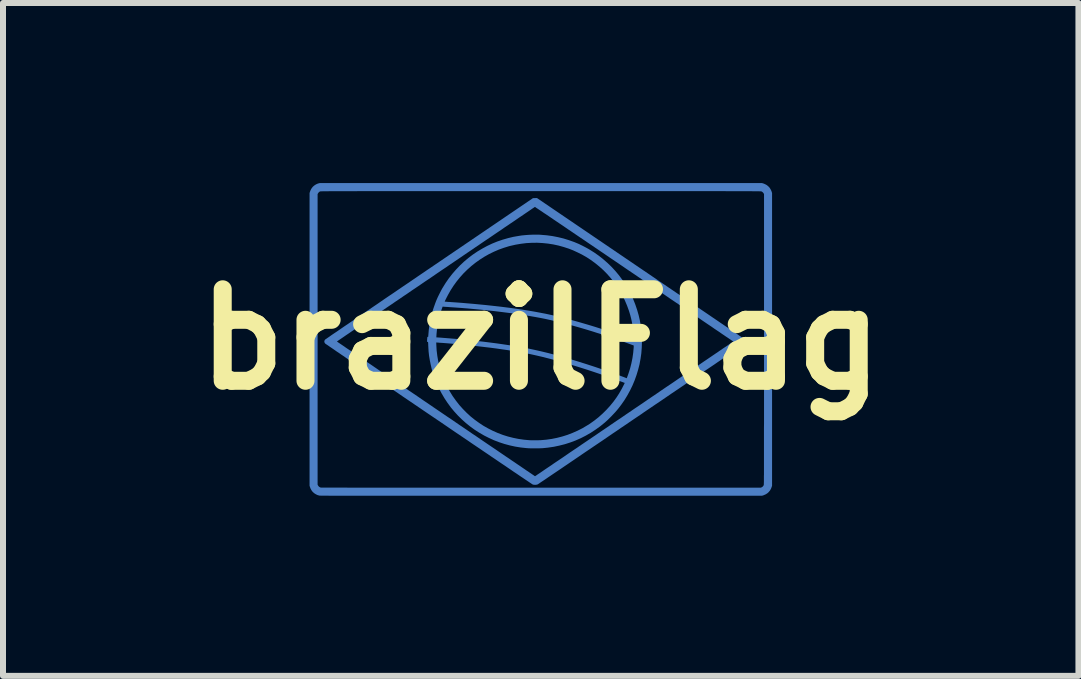
<source format=kicad_pcb>
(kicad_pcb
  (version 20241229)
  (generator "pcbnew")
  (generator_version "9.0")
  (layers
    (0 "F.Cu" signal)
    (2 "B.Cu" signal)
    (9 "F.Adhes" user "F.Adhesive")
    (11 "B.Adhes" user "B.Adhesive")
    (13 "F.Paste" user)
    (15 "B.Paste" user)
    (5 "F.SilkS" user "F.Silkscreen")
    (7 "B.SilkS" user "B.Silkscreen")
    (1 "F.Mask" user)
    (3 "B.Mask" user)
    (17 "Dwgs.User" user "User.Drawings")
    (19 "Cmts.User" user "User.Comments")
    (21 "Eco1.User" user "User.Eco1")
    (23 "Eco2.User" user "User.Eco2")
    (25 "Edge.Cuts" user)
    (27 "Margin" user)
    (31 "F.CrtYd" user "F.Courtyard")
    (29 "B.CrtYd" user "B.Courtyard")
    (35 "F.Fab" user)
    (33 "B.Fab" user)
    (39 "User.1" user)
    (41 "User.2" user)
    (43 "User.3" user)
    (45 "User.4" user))
  (footprint "brazilFlag"
    (layer "F.Cu")
    (at 5.958 2.604)
    (property "Reference" "brazilFlag" (at 0 0 0) (layer "F.SilkS") (effects (font (size 1.524 1.524) (thickness 0.3))))
    (attr through_hole)
    (pad "1" smd custom (at 3.8 -1.55) (size 0.1 0.1) (layers "B.Cu" "B.Paste") (options (anchor circle)) (primitives (gr_poly (pts (xy -0.096 -1.044) (xy -0.066 -1.032) (xy -0.038 -1.017) (xy -0.014 -0.998) (xy 0.008 -0.975) (xy 0.025 -0.948) (xy 0.039 -0.919) (xy 0.043 -0.906) (xy 0.049 -0.887) (xy 0.049 3.987) (xy 0.043 4.006) (xy 0.031 4.037) (xy 0.015 4.065) (xy -0.005 4.089) (xy -0.028 4.11) (xy -0.055 4.127) (xy -0.085 4.14) (xy -0.095 4.144) (xy -0.113 4.149) (xy -3.792 4.15) (xy -3.96 4.15) (xy -4.122 4.15) (xy -4.28 4.15) (xy -4.433 4.15) (xy -4.58 4.15) (xy -4.724 4.15) (xy -4.862 4.15) (xy -4.996 4.15) (xy -5.126 4.15) (xy -5.251 4.15) (xy -5.371 4.15) (xy -5.488 4.15) (xy -5.6 4.15) (xy -5.708 4.15) (xy -5.812 4.15) (xy -5.912 4.15) (xy -6.008 4.15) (xy -6.101 4.15) (xy -6.189 4.15) (xy -6.274 4.15) (xy -6.355 4.15) (xy -6.433 4.15) (xy -6.507 4.15) (xy -6.578 4.15) (xy -6.646 4.15) (xy -6.71 4.15) (xy -6.771 4.15) (xy -6.829 4.15) (xy -6.884 4.149) (xy -6.936 4.149) (xy -6.985 4.149) (xy -7.031 4.149) (xy -7.075 4.149) (xy -7.116 4.149) (xy -7.154 4.149) (xy -7.19 4.149) (xy -7.223 4.149) (xy -7.254 4.149) (xy -7.283 4.149) (xy -7.309 4.149) (xy -7.333 4.149) (xy -7.355 4.148) (xy -7.376 4.148) (xy -7.394 4.148) (xy -7.41 4.148) (xy -7.425 4.148) (xy -7.438 4.148) (xy -7.449 4.148) (xy -7.458 4.148) (xy -7.467 4.148) (xy -7.473 4.147) (xy -7.479 4.147) (xy -7.483 4.147) (xy -7.486 4.147) (xy -7.487 4.147) (xy -7.488 4.147) (xy -7.519 4.138) (xy -7.547 4.124) (xy -7.573 4.107) (xy -7.596 4.086) (xy -7.615 4.061) (xy -7.63 4.033) (xy -7.64 4.006) (xy -7.646 3.987) (xy -7.646 -0.872) (xy -7.522 -0.872) (xy -7.522 3.972) (xy -7.516 3.983) (xy -7.505 4) (xy -7.49 4.013) (xy -7.473 4.021) (xy -7.465 4.023) (xy -7.463 4.024) (xy -7.455 4.024) (xy -7.442 4.024) (xy -7.424 4.024) (xy -7.402 4.024) (xy -7.374 4.024) (xy -7.342 4.024) (xy -7.306 4.024) (xy -7.265 4.024) (xy -7.22 4.024) (xy -7.17 4.024) (xy -7.116 4.024) (xy -7.058 4.024) (xy -6.996 4.025) (xy -6.93 4.025) (xy -6.859 4.025) (xy -6.785 4.025) (xy -6.707 4.025) (xy -6.625 4.025) (xy -6.54 4.025) (xy -6.451 4.025) (xy -6.358 4.025) (xy -6.262 4.025) (xy -6.163 4.025) (xy -6.06 4.025) (xy -5.954 4.025) (xy -5.845 4.025) (xy -5.733 4.025) (xy -5.618 4.025) (xy -5.5 4.025) (xy -5.379 4.025) (xy -5.255 4.025) (xy -5.128 4.025) (xy -4.999 4.025) (xy -4.867 4.025) (xy -4.733 4.025) (xy -4.596 4.025) (xy -4.457 4.025) (xy -4.316 4.025) (xy -4.173 4.025) (xy -4.027 4.025) (xy -3.879 4.025) (xy -3.794 4.025) (xy -0.131 4.025) (xy -0.118 4.019) (xy -0.103 4.01) (xy -0.091 3.997) (xy -0.081 3.982) (xy -0.08 3.979) (xy -0.08 3.978) (xy -0.08 3.977) (xy -0.079 3.976) (xy -0.079 3.975) (xy -0.079 3.973) (xy -0.079 3.97) (xy -0.079 3.967) (xy -0.078 3.963) (xy -0.078 3.958) (xy -0.078 3.952) (xy -0.078 3.946) (xy -0.078 3.938) (xy -0.077 3.929) (xy -0.077 3.918) (xy -0.077 3.906) (xy -0.077 3.893) (xy -0.077 3.878) (xy -0.077 3.862) (xy -0.077 3.843) (xy -0.077 3.823) (xy -0.076 3.801) (xy -0.076 3.776) (xy -0.076 3.75) (xy -0.076 3.721) (xy -0.076 3.69) (xy -0.076 3.656) (xy -0.076 3.62) (xy -0.076 3.581) (xy -0.076 3.539) (xy -0.076 3.495) (xy -0.076 3.448) (xy -0.076 3.397) (xy -0.076 3.344) (xy -0.076 3.287) (xy -0.076 3.227) (xy -0.076 3.163) (xy -0.076 3.096) (xy -0.076 3.026) (xy -0.075 2.951) (xy -0.075 2.873) (xy -0.075 2.791) (xy -0.075 2.705) (xy -0.075 2.615) (xy -0.075 2.521) (xy -0.075 2.422) (xy -0.075 2.32) (xy -0.075 2.212) (xy -0.075 2.1) (xy -0.075 1.984) (xy -0.075 1.862) (xy -0.075 1.736) (xy -0.075 -0.872) (xy -0.082 -0.885) (xy -0.093 -0.9) (xy -0.107 -0.912) (xy -0.121 -0.92) (xy -0.122 -0.92) (xy -0.123 -0.921) (xy -0.124 -0.921) (xy -0.125 -0.921) (xy -0.127 -0.921) (xy -0.129 -0.921) (xy -0.132 -0.922) (xy -0.135 -0.922) (xy -0.14 -0.922) (xy -0.145 -0.922) (xy -0.15 -0.922) (xy -0.157 -0.922) (xy -0.165 -0.923) (xy -0.174 -0.923) (xy -0.184 -0.923) (xy -0.195 -0.923) (xy -0.208 -0.923) (xy -0.222 -0.923) (xy -0.237 -0.923) (xy -0.255 -0.923) (xy -0.273 -0.923) (xy -0.294 -0.924) (xy -0.316 -0.924) (xy -0.34 -0.924) (xy -0.366 -0.924) (xy -0.394 -0.924) (xy -0.425 -0.924) (xy -0.457 -0.924) (xy -0.492 -0.924) (xy -0.529 -0.924) (xy -0.568 -0.924) (xy -0.61 -0.924) (xy -0.654 -0.924) (xy -0.702 -0.924) (xy -0.751 -0.925) (xy -0.804 -0.925) (xy -0.86 -0.925) (xy -0.918 -0.925) (xy -0.98 -0.925) (xy -1.044 -0.925) (xy -1.112 -0.925) (xy -1.183 -0.925) (xy -1.258 -0.925) (xy -1.336 -0.925) (xy -1.417 -0.925) (xy -1.502 -0.925) (xy -1.59 -0.925) (xy -1.683 -0.925) (xy -1.779 -0.925) (xy -1.879 -0.925) (xy -1.983 -0.925) (xy -2.091 -0.925) (xy -2.203 -0.925) (xy -2.319 -0.925) (xy -2.44 -0.925) (xy -2.565 -0.925) (xy -2.694 -0.925) (xy -2.828 -0.925) (xy -2.967 -0.925) (xy -3.11 -0.925) (xy -3.258 -0.925) (xy -3.411 -0.925) (xy -4.123 -0.925) (xy -4.278 -0.925) (xy -4.427 -0.925) (xy -4.573 -0.925) (xy -4.713 -0.925) (xy -4.849 -0.925) (xy -4.98 -0.925) (xy -5.107 -0.925) (xy -5.229 -0.925) (xy -5.347 -0.925) (xy -5.461 -0.925) (xy -5.571 -0.925) (xy -5.676 -0.925) (xy -5.778 -0.925) (xy -5.876 -0.925) (xy -5.97 -0.925) (xy -6.06 -0.925) (xy -6.146 -0.925) (xy -6.229 -0.925) (xy -6.308 -0.925) (xy -6.384 -0.925) (xy -6.456 -0.925) (xy -6.526 -0.925) (xy -6.592 -0.925) (xy -6.654 -0.925) (xy -6.714 -0.925) (xy -6.771 -0.925) (xy -6.825 -0.925) (xy -6.876 -0.924) (xy -6.924 -0.924) (xy -6.969 -0.924) (xy -7.012 -0.924) (xy -7.053 -0.924) (xy -7.091 -0.924) (xy -7.126 -0.924) (xy -7.16 -0.924) (xy -7.191 -0.924) (xy -7.22 -0.924) (xy -7.247 -0.924) (xy -7.272 -0.924) (xy -7.295 -0.924) (xy -7.316 -0.924) (xy -7.335 -0.923) (xy -7.353 -0.923) (xy -7.369 -0.923) (xy -7.384 -0.923) (xy -7.397 -0.923) (xy -7.409 -0.923) (xy -7.42 -0.923) (xy -7.429 -0.923) (xy -7.437 -0.922) (xy -7.444 -0.922) (xy -7.45 -0.922) (xy -7.456 -0.922) (xy -7.46 -0.922) (xy -7.464 -0.922) (xy -7.467 -0.921) (xy -7.469 -0.921) (xy -7.471 -0.921) (xy -7.473 -0.921) (xy -7.474 -0.921) (xy -7.475 -0.921) (xy -7.476 -0.92) (xy -7.476 -0.92) (xy -7.492 -0.912) (xy -7.505 -0.899) (xy -7.515 -0.885) (xy -7.522 -0.872) (xy -7.646 -0.872) (xy -7.646 -0.887) (xy -7.64 -0.906) (xy -7.628 -0.937) (xy -7.612 -0.965) (xy -7.593 -0.989) (xy -7.569 -1.01) (xy -7.543 -1.027) (xy -7.514 -1.04) (xy -7.501 -1.044) (xy -7.481 -1.049) (xy -0.116 -1.049) (xy -0.096 -1.044)) (width 0.01) (fill yes))))
    (pad "2" smd custom (at 2.35 -0.65) (size 0.1 0.1) (layers "B.Cu" "B.Paste") (options (anchor circle)) (primitives (gr_poly (pts (xy -0.716 -0.546) (xy -0.632 -0.489) (xy -0.548 -0.432) (xy -0.466 -0.376) (xy -0.384 -0.32) (xy -0.304 -0.266) (xy -0.225 -0.212) (xy -0.148 -0.16) (xy -0.072 -0.108) (xy 0.002 -0.058) (xy 0.074 -0.009) (xy 0.144 0.039) (xy 0.213 0.086) (xy 0.279 0.131) (xy 0.343 0.174) (xy 0.405 0.216) (xy 0.465 0.257) (xy 0.522 0.296) (xy 0.577 0.333) (xy 0.628 0.368) (xy 0.677 0.401) (xy 0.724 0.433) (xy 0.767 0.462) (xy 0.807 0.489) (xy 0.844 0.515) (xy 0.877 0.537) (xy 0.908 0.558) (xy 0.934 0.576) (xy 0.957 0.592) (xy 0.977 0.605) (xy 0.992 0.616) (xy 1.004 0.624) (xy 1.012 0.629) (xy 1.015 0.631) (xy 1.03 0.642) (xy 1.041 0.65) (xy 1.049 0.657) (xy 1.054 0.663) (xy 1.055 0.665) (xy 1.06 0.678) (xy 1.06 0.692) (xy 1.055 0.706) (xy 1.055 0.707) (xy 1.054 0.708) (xy 1.053 0.709) (xy 1.05 0.711) (xy 1.047 0.714) (xy 1.043 0.717) (xy 1.038 0.72) (xy 1.032 0.725) (xy 1.025 0.73) (xy 1.016 0.736) (xy 1.006 0.744) (xy 0.994 0.752) (xy 0.981 0.761) (xy 0.966 0.771) (xy 0.95 0.782) (xy 0.932 0.795) (xy 0.912 0.809) (xy 0.89 0.824) (xy 0.866 0.84) (xy 0.84 0.858) (xy 0.811 0.878) (xy 0.781 0.898) (xy 0.748 0.921) (xy 0.712 0.945) (xy 0.674 0.971) (xy 0.634 0.999) (xy 0.591 1.028) (xy 0.545 1.06) (xy 0.496 1.093) (xy 0.444 1.128) (xy 0.389 1.165) (xy 0.331 1.205) (xy 0.27 1.246) (xy 0.206 1.29) (xy 0.138 1.336) (xy 0.067 1.385) (xy -0.008 1.436) (xy -0.086 1.489) (xy -0.168 1.544) (xy -0.254 1.603) (xy -0.343 1.664) (xy -0.437 1.727) (xy -0.534 1.793) (xy -0.636 1.862) (xy -0.671 1.887) (xy -0.756 1.944) (xy -0.84 2.001) (xy -0.923 2.058) (xy -1.005 2.113) (xy -1.085 2.168) (xy -1.164 2.221) (xy -1.241 2.274) (xy -1.317 2.326) (xy -1.391 2.376) (xy -1.464 2.425) (xy -1.534 2.473) (xy -1.603 2.519) (xy -1.669 2.564) (xy -1.733 2.608) (xy -1.795 2.65) (xy -1.854 2.69) (xy -1.911 2.729) (xy -1.966 2.766) (xy -2.017 2.801) (xy -2.066 2.834) (xy -2.112 2.865) (xy -2.155 2.894) (xy -2.195 2.921) (xy -2.232 2.946) (xy -2.265 2.969) (xy -2.295 2.989) (xy -2.322 3.007) (xy -2.345 3.022) (xy -2.364 3.035) (xy -2.38 3.046) (xy -2.392 3.054) (xy -2.399 3.059) (xy -2.403 3.061) (xy -2.403 3.061) (xy -2.414 3.064) (xy -2.428 3.067) (xy -2.444 3.068) (xy -2.46 3.067) (xy -2.474 3.065) (xy -2.481 3.063) (xy -2.483 3.062) (xy -2.49 3.057) (xy -2.501 3.05) (xy -2.516 3.04) (xy -2.534 3.028) (xy -2.556 3.013) (xy -2.581 2.996) (xy -2.61 2.977) (xy -2.642 2.955) (xy -2.677 2.932) (xy -2.715 2.906) (xy -2.756 2.878) (xy -2.8 2.849) (xy -2.846 2.817) (xy -2.895 2.784) (xy -2.946 2.749) (xy -3 2.713) (xy -3.056 2.675) (xy -3.113 2.636) (xy -3.173 2.596) (xy -3.234 2.554) (xy -3.298 2.511) (xy -3.362 2.467) (xy -3.428 2.423) (xy -3.496 2.377) (xy -3.564 2.33) (xy -3.634 2.283) (xy -3.705 2.235) (xy -3.776 2.187) (xy -3.848 2.138) (xy -3.921 2.088) (xy -3.994 2.038) (xy -4.068 1.988) (xy -4.142 1.938) (xy -4.216 1.888) (xy -4.29 1.838) (xy -4.363 1.788) (xy -4.437 1.738) (xy -4.51 1.688) (xy -4.583 1.639) (xy -4.655 1.59) (xy -4.726 1.541) (xy -4.797 1.493) (xy -4.866 1.446) (xy -4.934 1.399) (xy -5.002 1.354) (xy -5.068 1.309) (xy -5.132 1.265) (xy -5.195 1.222) (xy -5.256 1.181) (xy -5.315 1.14) (xy -5.373 1.101) (xy -5.428 1.064) (xy -5.481 1.027) (xy -5.532 0.993) (xy -5.581 0.96) (xy -5.626 0.928) (xy -5.67 0.899) (xy -5.71 0.871) (xy -5.748 0.846) (xy -5.782 0.822) (xy -5.814 0.8) (xy -5.842 0.781) (xy -5.867 0.764) (xy -5.888 0.749) (xy -5.906 0.737) (xy -5.92 0.728) (xy -5.93 0.721) (xy -5.936 0.716) (xy -5.938 0.715) (xy -5.946 0.703) (xy -5.95 0.689) (xy -5.95 0.686) (xy -5.753 0.686) (xy -5.75 0.688) (xy -5.744 0.692) (xy -5.734 0.699) (xy -5.72 0.709) (xy -5.702 0.721) (xy -5.681 0.735) (xy -5.656 0.752) (xy -5.628 0.771) (xy -5.597 0.793) (xy -5.563 0.816) (xy -5.525 0.841) (xy -5.485 0.869) (xy -5.442 0.898) (xy -5.396 0.929) (xy -5.348 0.962) (xy -5.298 0.996) (xy -5.245 1.032) (xy -5.19 1.069) (xy -5.133 1.108) (xy -5.075 1.148) (xy -5.014 1.189) (xy -4.952 1.232) (xy -4.889 1.275) (xy -4.824 1.319) (xy -4.757 1.364) (xy -4.69 1.41) (xy -4.622 1.456) (xy -4.552 1.504) (xy -4.482 1.551) (xy -4.411 1.599) (xy -4.34 1.648) (xy -4.268 1.697) (xy -4.196 1.746) (xy -4.124 1.795) (xy -4.052 1.844) (xy -3.98 1.893) (xy -3.908 1.942) (xy -3.836 1.99) (xy -3.765 2.039) (xy -3.695 2.087) (xy -3.625 2.134) (xy -3.556 2.181) (xy -3.488 2.228) (xy -3.42 2.273) (xy -3.355 2.318) (xy -3.29 2.362) (xy -3.227 2.405) (xy -3.165 2.447) (xy -3.105 2.487) (xy -3.047 2.527) (xy -2.991 2.565) (xy -2.937 2.602) (xy -2.884 2.637) (xy -2.835 2.671) (xy -2.787 2.703) (xy -2.742 2.734) (xy -2.7 2.762) (xy -2.661 2.789) (xy -2.624 2.814) (xy -2.591 2.837) (xy -2.56 2.857) (xy -2.533 2.876) (xy -2.509 2.892) (xy -2.489 2.906) (xy -2.472 2.917) (xy -2.46 2.926) (xy -2.451 2.932) (xy -2.445 2.935) (xy -2.444 2.936) (xy -2.442 2.934) (xy -2.436 2.93) (xy -2.426 2.923) (xy -2.412 2.914) (xy -2.394 2.901) (xy -2.372 2.887) (xy -2.347 2.87) (xy -2.318 2.85) (xy -2.286 2.828) (xy -2.251 2.804) (xy -2.212 2.778) (xy -2.17 2.75) (xy -2.126 2.719) (xy -2.078 2.687) (xy -2.027 2.653) (xy -1.974 2.617) (xy -1.919 2.579) (xy -1.861 2.539) (xy -1.8 2.498) (xy -1.737 2.456) (xy -1.672 2.411) (xy -1.605 2.366) (xy -1.536 2.319) (xy -1.465 2.271) (xy -1.392 2.221) (xy -1.317 2.17) (xy -1.241 2.119) (xy -1.164 2.066) (xy -1.085 2.012) (xy -1.004 1.958) (xy -0.923 1.902) (xy -0.84 1.846) (xy -0.795 1.815) (xy -0.694 1.747) (xy -0.597 1.681) (xy -0.505 1.618) (xy -0.416 1.558) (xy -0.332 1.5) (xy -0.251 1.445) (xy -0.173 1.393) (xy -0.1 1.343) (xy -0.03 1.295) (xy 0.037 1.25) (xy 0.1 1.207) (xy 0.161 1.166) (xy 0.217 1.127) (xy 0.271 1.091) (xy 0.322 1.056) (xy 0.37 1.023) (xy 0.415 0.993) (xy 0.457 0.964) (xy 0.497 0.937) (xy 0.534 0.912) (xy 0.569 0.888) (xy 0.601 0.867) (xy 0.63 0.846) (xy 0.658 0.828) (xy 0.683 0.81) (xy 0.707 0.794) (xy 0.728 0.78) (xy 0.748 0.767) (xy 0.765 0.755) (xy 0.781 0.744) (xy 0.795 0.734) (xy 0.808 0.725) (xy 0.819 0.718) (xy 0.829 0.711) (xy 0.838 0.705) (xy 0.845 0.7) (xy 0.851 0.696) (xy 0.856 0.692) (xy 0.861 0.689) (xy 0.864 0.687) (xy 0.866 0.685) (xy 0.868 0.684) (xy 0.869 0.683) (xy 0.87 0.683) (xy 0.87 0.682) (xy 0.87 0.682) (xy 0.869 0.683) (xy 0.869 0.683) (xy 0.868 0.683) (xy 0.867 0.684) (xy 0.866 0.684) (xy 0.866 0.684) (xy 0.865 0.685) (xy 0.865 0.685) (xy 0.863 0.683) (xy 0.857 0.679) (xy 0.847 0.672) (xy 0.832 0.662) (xy 0.815 0.65) (xy 0.793 0.635) (xy 0.768 0.618) (xy 0.739 0.599) (xy 0.707 0.577) (xy 0.671 0.553) (xy 0.633 0.526) (xy 0.591 0.498) (xy 0.546 0.468) (xy 0.499 0.435) (xy 0.448 0.401) (xy 0.395 0.365) (xy 0.339 0.327) (xy 0.281 0.287) (xy 0.221 0.246) (xy 0.158 0.203) (xy 0.093 0.159) (xy 0.025 0.113) (xy -0.044 0.066) (xy -0.115 0.018) (xy -0.188 -0.031) (xy -0.262 -0.082) (xy -0.339 -0.134) (xy -0.416 -0.187) (xy -0.495 -0.24) (xy -0.576 -0.295) (xy -0.657 -0.35) (xy -0.74 -0.407) (xy -0.79 -0.441) (xy -0.894 -0.511) (xy -0.995 -0.58) (xy -1.093 -0.647) (xy -1.188 -0.711) (xy -1.28 -0.774) (xy -1.369 -0.834) (xy -1.454 -0.892) (xy -1.537 -0.948) (xy -1.616 -1.002) (xy -1.692 -1.053) (xy -1.764 -1.102) (xy -1.833 -1.149) (xy -1.899 -1.193) (xy -1.961 -1.236) (xy -2.019 -1.275) (xy -2.075 -1.313) (xy -2.126 -1.347) (xy -2.174 -1.38) (xy -2.218 -1.41) (xy -2.258 -1.437) (xy -2.295 -1.461) (xy -2.328 -1.484) (xy -2.357 -1.503) (xy -2.382 -1.52) (xy -2.403 -1.534) (xy -2.42 -1.545) (xy -2.433 -1.554) (xy -2.441 -1.56) (xy -2.446 -1.563) (xy -2.447 -1.563) (xy -2.449 -1.562) (xy -2.456 -1.557) (xy -2.466 -1.55) (xy -2.48 -1.541) (xy -2.498 -1.529) (xy -2.519 -1.514) (xy -2.544 -1.497) (xy -2.572 -1.478) (xy -2.603 -1.457) (xy -2.638 -1.433) (xy -2.675 -1.408) (xy -2.716 -1.381) (xy -2.759 -1.351) (xy -2.804 -1.32) (xy -2.852 -1.288) (xy -2.903 -1.253) (xy -2.956 -1.218) (xy -3.01 -1.18) (xy -3.067 -1.142) (xy -3.126 -1.102) (xy -3.186 -1.061) (xy -3.248 -1.019) (xy -3.312 -0.976) (xy -3.376 -0.932) (xy -3.443 -0.887) (xy -3.51 -0.841) (xy -3.578 -0.795) (xy -3.647 -0.748) (xy -3.717 -0.7) (xy -3.788 -0.652) (xy -3.859 -0.604) (xy -3.93 -0.555) (xy -4.002 -0.507) (xy -4.074 -0.458) (xy -4.145 -0.409) (xy -4.217 -0.36) (xy -4.289 -0.312) (xy -4.36 -0.263) (xy -4.431 -0.215) (xy -4.501 -0.168) (xy -4.57 -0.12) (xy -4.639 -0.074) (xy -4.706 -0.028) (xy -4.773 0.017) (xy -4.838 0.062) (xy -4.902 0.105) (xy -4.964 0.147) (xy -5.025 0.189) (xy -5.084 0.229) (xy -5.142 0.268) (xy -5.197 0.306) (xy -5.25 0.342) (xy -5.301 0.377) (xy -5.35 0.41) (xy -5.397 0.441) (xy -5.441 0.471) (xy -5.482 0.499) (xy -5.52 0.525) (xy -5.555 0.549) (xy -5.588 0.571) (xy -5.617 0.591) (xy -5.643 0.609) (xy -5.665 0.624) (xy -5.684 0.637) (xy -5.699 0.647) (xy -5.711 0.655) (xy -5.718 0.66) (xy -5.72 0.661) (xy -5.731 0.669) (xy -5.741 0.676) (xy -5.748 0.681) (xy -5.752 0.685) (xy -5.753 0.686) (xy -5.95 0.686) (xy -5.949 0.676) (xy -5.943 0.663) (xy -5.938 0.656) (xy -5.935 0.655) (xy -5.929 0.65) (xy -5.918 0.643) (xy -5.904 0.633) (xy -5.885 0.62) (xy -5.863 0.605) (xy -5.838 0.587) (xy -5.809 0.567) (xy -5.776 0.545) (xy -5.74 0.521) (xy -5.701 0.494) (xy -5.659 0.465) (xy -5.614 0.434) (xy -5.566 0.402) (xy -5.515 0.367) (xy -5.461 0.33) (xy -5.405 0.292) (xy -5.346 0.252) (xy -5.285 0.21) (xy -5.221 0.167) (xy -5.155 0.122) (xy -5.087 0.076) (xy -5.017 0.028) (xy -4.946 -0.021) (xy -4.872 -0.071) (xy -4.796 -0.122) (xy -4.719 -0.175) (xy -4.641 -0.228) (xy -4.561 -0.282) (xy -4.479 -0.338) (xy -4.397 -0.394) (xy -4.313 -0.451) (xy -4.228 -0.509) (xy -4.204 -0.525) (xy -2.478 -1.698) (xy -2.414 -1.7) (xy -0.716 -0.546)) (width 0.01) (fill yes))))
    (pad "3" smd custom (at 0.25 -1.65) (size 0.1 0.1) (layers "B.Cu" "B.Paste") (options (anchor circle)) (primitives (gr_poly (pts (xy -0.306 -0.09) (xy -0.265 -0.089) (xy -0.244 -0.087) (xy -0.148 -0.079) (xy -0.054 -0.066) (xy 0.038 -0.048) (xy 0.129 -0.026) (xy 0.219 0.002) (xy 0.309 0.034) (xy 0.374 0.061) (xy 0.392 0.069) (xy 0.413 0.08) (xy 0.437 0.091) (xy 0.462 0.104) (xy 0.487 0.117) (xy 0.511 0.13) (xy 0.533 0.142) (xy 0.552 0.153) (xy 0.559 0.157) (xy 0.639 0.207) (xy 0.717 0.262) (xy 0.79 0.32) (xy 0.861 0.382) (xy 0.928 0.447) (xy 0.991 0.515) (xy 1.05 0.586) (xy 1.105 0.66) (xy 1.157 0.737) (xy 1.204 0.816) (xy 1.247 0.898) (xy 1.286 0.982) (xy 1.32 1.068) (xy 1.35 1.156) (xy 1.376 1.246) (xy 1.397 1.337) (xy 1.413 1.43) (xy 1.422 1.506) (xy 1.429 1.6) (xy 1.431 1.694) (xy 1.428 1.787) (xy 1.421 1.88) (xy 1.408 1.972) (xy 1.391 2.064) (xy 1.368 2.154) (xy 1.341 2.243) (xy 1.31 2.33) (xy 1.274 2.416) (xy 1.233 2.5) (xy 1.188 2.582) (xy 1.139 2.662) (xy 1.085 2.739) (xy 1.039 2.799) (xy 1.014 2.829) (xy 0.987 2.86) (xy 0.957 2.892) (xy 0.926 2.925) (xy 0.895 2.956) (xy 0.865 2.986) (xy 0.835 3.013) (xy 0.814 3.032) (xy 0.739 3.093) (xy 0.661 3.149) (xy 0.582 3.201) (xy 0.5 3.248) (xy 0.416 3.291) (xy 0.33 3.329) (xy 0.242 3.362) (xy 0.152 3.391) (xy 0.061 3.414) (xy -0.033 3.434) (xy -0.128 3.448) (xy -0.224 3.458) (xy -0.235 3.458) (xy -0.245 3.459) (xy -0.26 3.459) (xy -0.278 3.46) (xy -0.299 3.46) (xy -0.32 3.46) (xy -0.343 3.46) (xy -0.365 3.46) (xy -0.386 3.46) (xy -0.406 3.46) (xy -0.423 3.46) (xy -0.436 3.459) (xy -0.443 3.459) (xy -0.45 3.459) (xy -0.461 3.458) (xy -0.473 3.457) (xy -0.487 3.456) (xy -0.487 3.456) (xy -0.581 3.446) (xy -0.674 3.431) (xy -0.765 3.411) (xy -0.854 3.387) (xy -0.942 3.358) (xy -1.028 3.325) (xy -1.111 3.287) (xy -1.192 3.246) (xy -1.271 3.2) (xy -1.348 3.151) (xy -1.421 3.098) (xy -1.492 3.041) (xy -1.56 2.98) (xy -1.625 2.916) (xy -1.687 2.848) (xy -1.745 2.778) (xy -1.799 2.704) (xy -1.85 2.627) (xy -1.897 2.547) (xy -1.94 2.465) (xy -1.979 2.379) (xy -2.014 2.292) (xy -2.017 2.284) (xy -2.04 2.214) (xy -2.061 2.142) (xy -2.078 2.069) (xy -2.093 1.996) (xy -2.105 1.923) (xy -2.113 1.852) (xy -2.117 1.782) (xy -2.118 1.763) (xy -2.119 1.747) (xy -2.119 1.731) (xy -2.12 1.718) (xy -2.12 1.708) (xy -2.121 1.702) (xy -2.122 1.696) (xy -1.996 1.696) (xy -1.994 1.746) (xy -1.989 1.834) (xy -1.978 1.923) (xy -1.963 2.011) (xy -1.943 2.098) (xy -1.918 2.184) (xy -1.889 2.268) (xy -1.855 2.351) (xy -1.817 2.432) (xy -1.774 2.511) (xy -1.727 2.588) (xy -1.72 2.599) (xy -1.667 2.673) (xy -1.611 2.745) (xy -1.551 2.812) (xy -1.488 2.876) (xy -1.422 2.937) (xy -1.352 2.993) (xy -1.28 3.045) (xy -1.206 3.094) (xy -1.128 3.138) (xy -1.049 3.178) (xy -0.967 3.214) (xy -0.883 3.246) (xy -0.797 3.273) (xy -0.71 3.295) (xy -0.621 3.313) (xy -0.531 3.326) (xy -0.444 3.334) (xy -0.422 3.335) (xy -0.397 3.335) (xy -0.369 3.336) (xy -0.34 3.336) (xy -0.312 3.336) (xy -0.284 3.335) (xy -0.26 3.334) (xy -0.249 3.334) (xy -0.157 3.326) (xy -0.066 3.313) (xy 0.023 3.295) (xy 0.112 3.272) (xy 0.198 3.245) (xy 0.283 3.212) (xy 0.367 3.175) (xy 0.448 3.134) (xy 0.527 3.087) (xy 0.572 3.059) (xy 0.645 3.007) (xy 0.716 2.951) (xy 0.783 2.891) (xy 0.848 2.827) (xy 0.909 2.76) (xy 0.966 2.69) (xy 1.019 2.617) (xy 1.061 2.552) (xy 1.106 2.473) (xy 1.147 2.393) (xy 1.184 2.31) (xy 1.215 2.225) (xy 1.243 2.138) (xy 1.265 2.051) (xy 1.283 1.962) (xy 1.296 1.872) (xy 1.3 1.823) (xy 1.302 1.807) (xy 1.303 1.792) (xy 1.304 1.778) (xy 1.304 1.768) (xy 1.304 1.762) (xy 1.304 1.748) (xy 1.285 1.741) (xy 1.148 1.691) (xy 1.014 1.644) (xy 0.882 1.599) (xy 0.752 1.557) (xy 0.625 1.516) (xy 0.501 1.478) (xy 0.381 1.443) (xy 0.263 1.41) (xy 0.149 1.38) (xy 0.038 1.352) (xy -0.069 1.327) (xy -0.172 1.304) (xy -0.263 1.286) (xy -0.345 1.271) (xy -0.432 1.256) (xy -0.524 1.241) (xy -0.619 1.226) (xy -0.718 1.212) (xy -0.819 1.199) (xy -0.923 1.186) (xy -1.029 1.173) (xy -1.137 1.162) (xy -1.246 1.15) (xy -1.355 1.14) (xy -1.465 1.13) (xy -1.575 1.121) (xy -1.685 1.113) (xy -1.776 1.107) (xy -1.797 1.105) (xy -1.816 1.104) (xy -1.834 1.103) (xy -1.85 1.102) (xy -1.862 1.101) (xy -1.87 1.1) (xy -1.872 1.1) (xy -1.888 1.099) (xy -1.893 1.113) (xy -1.911 1.165) (xy -1.928 1.219) (xy -1.944 1.276) (xy -1.957 1.335) (xy -1.969 1.394) (xy -1.979 1.452) (xy -1.986 1.509) (xy -1.991 1.563) (xy -1.993 1.598) (xy -1.994 1.621) (xy -1.917 1.626) (xy -1.794 1.636) (xy -1.671 1.646) (xy -1.55 1.657) (xy -1.431 1.669) (xy -1.315 1.681) (xy -1.2 1.694) (xy -1.089 1.708) (xy -0.981 1.722) (xy -0.876 1.737) (xy -0.775 1.752) (xy -0.678 1.767) (xy -0.585 1.783) (xy -0.497 1.8) (xy -0.468 1.805) (xy -0.36 1.828) (xy -0.248 1.853) (xy -0.132 1.881) (xy -0.013 1.912) (xy 0.11 1.946) (xy 0.236 1.982) (xy 0.367 2.022) (xy 0.501 2.064) (xy 0.64 2.109) (xy 0.782 2.157) (xy 0.821 2.171) (xy 0.843 2.179) (xy 0.868 2.187) (xy 0.893 2.196) (xy 0.92 2.206) (xy 0.948 2.216) (xy 0.976 2.226) (xy 1.004 2.236) (xy 1.031 2.246) (xy 1.057 2.255) (xy 1.082 2.264) (xy 1.105 2.273) (xy 1.125 2.28) (xy 1.143 2.287) (xy 1.158 2.293) (xy 1.169 2.297) (xy 1.176 2.3) (xy 1.179 2.301) (xy 1.179 2.301) (xy 1.179 2.304) (xy 1.177 2.31) (xy 1.173 2.319) (xy 1.169 2.329) (xy 1.165 2.34) (xy 1.161 2.351) (xy 1.158 2.36) (xy 1.155 2.367) (xy 1.153 2.37) (xy 1.153 2.371) (xy 1.151 2.37) (xy 1.144 2.368) (xy 1.134 2.364) (xy 1.121 2.359) (xy 1.105 2.353) (xy 1.087 2.347) (xy 1.075 2.342) (xy 0.962 2.301) (xy 0.849 2.26) (xy 0.736 2.221) (xy 0.623 2.183) (xy 0.511 2.146) (xy 0.4 2.111) (xy 0.29 2.077) (xy 0.182 2.045) (xy 0.075 2.014) (xy -0.028 1.986) (xy -0.129 1.96) (xy -0.227 1.935) (xy -0.322 1.913) (xy -0.412 1.893) (xy -0.465 1.882) (xy -0.541 1.868) (xy -0.623 1.853) (xy -0.708 1.839) (xy -0.798 1.824) (xy -0.891 1.811) (xy -0.987 1.797) (xy -1.086 1.784) (xy -1.187 1.772) (xy -1.29 1.76) (xy -1.394 1.748) (xy -1.499 1.737) (xy -1.605 1.727) (xy -1.712 1.718) (xy -1.818 1.709) (xy -1.897 1.703) (xy -1.916 1.702) (xy -1.935 1.701) (xy -1.951 1.699) (xy -1.965 1.698) (xy -1.976 1.697) (xy -1.982 1.697) (xy -1.982 1.697) (xy -1.996 1.696) (xy -2.122 1.696) (xy -2.122 1.694) (xy -2.123 1.69) (xy -2.126 1.688) (xy -2.13 1.688) (xy -2.138 1.687) (xy -2.138 1.661) (xy -2.137 1.649) (xy -2.136 1.637) (xy -2.136 1.627) (xy -2.135 1.624) (xy -2.134 1.617) (xy -2.133 1.613) (xy -2.129 1.612) (xy -2.127 1.612) (xy -2.12 1.612) (xy -2.118 1.587) (xy -2.11 1.493) (xy -2.097 1.402) (xy -2.081 1.313) (xy -2.06 1.226) (xy -2.034 1.139) (xy -2.004 1.054) (xy -1.992 1.022) (xy -1.855 1.022) (xy -1.855 1.024) (xy -1.853 1.025) (xy -1.851 1.026) (xy -1.848 1.026) (xy -1.847 1.026) (xy -1.842 1.027) (xy -1.833 1.027) (xy -1.819 1.028) (xy -1.803 1.03) (xy -1.784 1.031) (xy -1.763 1.032) (xy -1.741 1.034) (xy -1.737 1.034) (xy -1.65 1.04) (xy -1.559 1.047) (xy -1.467 1.055) (xy -1.373 1.063) (xy -1.279 1.072) (xy -1.184 1.081) (xy -1.091 1.091) (xy -1 1.101) (xy -0.911 1.111) (xy -0.825 1.122) (xy -0.744 1.132) (xy -0.738 1.133) (xy -0.634 1.148) (xy -0.535 1.163) (xy -0.44 1.178) (xy -0.347 1.194) (xy -0.257 1.211) (xy -0.168 1.228) (xy -0.08 1.247) (xy 0.009 1.267) (xy 0.098 1.289) (xy 0.188 1.312) (xy 0.281 1.337) (xy 0.377 1.364) (xy 0.463 1.389) (xy 0.528 1.408) (xy 0.595 1.428) (xy 0.666 1.45) (xy 0.738 1.473) (xy 0.811 1.497) (xy 0.884 1.521) (xy 0.956 1.545) (xy 1.027 1.569) (xy 1.096 1.593) (xy 1.162 1.616) (xy 1.224 1.638) (xy 1.259 1.651) (xy 1.273 1.656) (xy 1.285 1.661) (xy 1.295 1.664) (xy 1.302 1.667) (xy 1.305 1.668) (xy 1.306 1.665) (xy 1.306 1.659) (xy 1.306 1.649) (xy 1.306 1.637) (xy 1.306 1.634) (xy 1.301 1.562) (xy 1.295 1.495) (xy 1.286 1.43) (xy 1.275 1.367) (xy 1.262 1.305) (xy 1.246 1.243) (xy 1.227 1.18) (xy 1.224 1.171) (xy 1.193 1.086) (xy 1.158 1.003) (xy 1.119 0.922) (xy 1.075 0.843) (xy 1.027 0.767) (xy 0.975 0.694) (xy 0.919 0.624) (xy 0.859 0.556) (xy 0.796 0.492) (xy 0.729 0.432) (xy 0.659 0.375) (xy 0.585 0.321) (xy 0.574 0.314) (xy 0.507 0.271) (xy 0.436 0.231) (xy 0.363 0.195) (xy 0.289 0.161) (xy 0.22 0.134) (xy 0.134 0.106) (xy 0.048 0.082) (xy -0.04 0.063) (xy -0.129 0.049) (xy -0.219 0.04) (xy -0.309 0.035) (xy -0.399 0.036) (xy -0.489 0.041) (xy -0.579 0.052) (xy -0.668 0.067) (xy -0.756 0.087) (xy -0.78 0.093) (xy -0.867 0.12) (xy -0.951 0.15) (xy -1.034 0.186) (xy -1.114 0.225) (xy -1.192 0.269) (xy -1.267 0.317) (xy -1.34 0.369) (xy -1.41 0.425) (xy -1.476 0.484) (xy -1.539 0.546) (xy -1.599 0.613) (xy -1.655 0.682) (xy -1.707 0.754) (xy -1.756 0.83) (xy -1.8 0.908) (xy -1.826 0.958) (xy -1.835 0.977) (xy -1.843 0.992) (xy -1.848 1.004) (xy -1.852 1.013) (xy -1.854 1.019) (xy -1.855 1.022) (xy -1.992 1.022) (xy -1.983 1) (xy -1.974 0.979) (xy -1.963 0.954) (xy -1.95 0.927) (xy -1.936 0.899) (xy -1.922 0.871) (xy -1.908 0.844) (xy -1.895 0.819) (xy -1.883 0.798) (xy -1.879 0.792) (xy -1.829 0.711) (xy -1.775 0.633) (xy -1.717 0.559) (xy -1.656 0.489) (xy -1.591 0.421) (xy -1.524 0.358) (xy -1.453 0.298) (xy -1.379 0.242) (xy -1.302 0.19) (xy -1.223 0.143) (xy -1.142 0.099) (xy -1.058 0.059) (xy -0.972 0.024) (xy -0.884 -0.006) (xy -0.794 -0.032) (xy -0.702 -0.054) (xy -0.609 -0.07) (xy -0.571 -0.076) (xy -0.531 -0.08) (xy -0.488 -0.084) (xy -0.443 -0.087) (xy -0.396 -0.089) (xy -0.351 -0.09) (xy -0.306 -0.09)) (width 0.01) (fill yes)))))
  (gr_rect
    (start -3 -3)
    (end 14.916 8.209)
    (stroke (width 0.1) (type default))
    (fill no)
    (layer "Edge.Cuts")))
</source>
